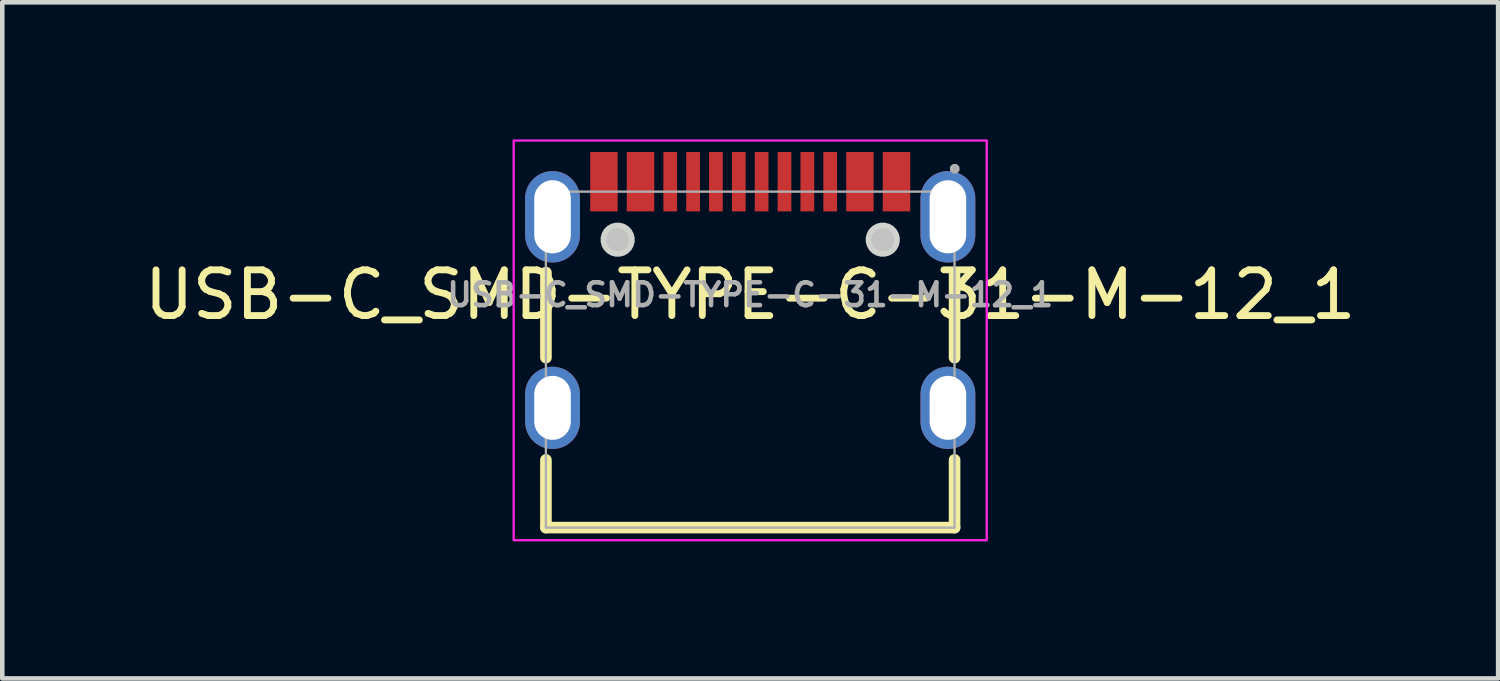
<source format=kicad_pcb>
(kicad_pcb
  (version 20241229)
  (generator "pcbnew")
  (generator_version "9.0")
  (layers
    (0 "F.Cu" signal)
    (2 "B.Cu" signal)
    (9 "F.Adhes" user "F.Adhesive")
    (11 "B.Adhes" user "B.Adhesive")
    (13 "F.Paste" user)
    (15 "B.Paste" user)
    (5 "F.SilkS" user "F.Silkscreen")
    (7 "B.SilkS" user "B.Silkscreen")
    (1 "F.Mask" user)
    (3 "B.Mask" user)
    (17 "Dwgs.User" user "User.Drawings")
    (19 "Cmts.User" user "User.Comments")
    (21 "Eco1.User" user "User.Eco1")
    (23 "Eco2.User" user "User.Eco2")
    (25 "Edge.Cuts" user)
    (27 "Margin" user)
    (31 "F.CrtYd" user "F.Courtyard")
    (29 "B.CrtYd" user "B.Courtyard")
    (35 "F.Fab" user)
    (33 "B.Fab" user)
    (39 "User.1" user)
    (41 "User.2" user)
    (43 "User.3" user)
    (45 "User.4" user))
  (footprint "USB-C_SMD-TYPE-C-31-M-12_1"
    (layer "F.Cu")
    (at 13.363 3.399)
    (property "Reference" "USB-C_SMD-TYPE-C-31-M-12_1" (at 0 0 0) (layer "F.SilkS") (effects (font (size 1 1) (thickness 0.15))))
    (fp_line (start -4.469 1.375) (end -4.469 -0.487) (stroke (width 0.254) (type default)) (layer "F.SilkS"))
    (fp_line (start -4.469 5.094) (end -4.469 3.613) (stroke (width 0.254) (type default)) (layer "F.SilkS"))
    (fp_line (start 4.471 1.376) (end 4.471 -0.487) (stroke (width 0.254) (type default)) (layer "F.SilkS"))
    (fp_line (start 4.471 5.094) (end -4.469 5.094) (stroke (width 0.254) (type default)) (layer "F.SilkS"))
    (fp_line (start 4.471 5.094) (end 4.471 3.612) (stroke (width 0.254) (type default)) (layer "F.SilkS"))
    (fp_poly (pts (xy -1.6 -1.824) (xy -1.6 -3.124) (xy -1.9 -3.124) (xy -1.9 -1.824)) (stroke (width 0) (type default)) (fill yes) (layer "F.Paste"))
    (fp_poly (pts (xy -1.4 -3.124) (xy -1.4 -1.824) (xy -1.1 -1.824) (xy -1.1 -3.124)) (stroke (width 0) (type default)) (fill yes) (layer "F.Paste"))
    (fp_poly (pts (xy -0.6 -1.824) (xy -0.6 -3.124) (xy -0.9 -3.124) (xy -0.9 -1.824)) (stroke (width 0) (type default)) (fill yes) (layer "F.Paste"))
    (fp_poly (pts (xy -0.1 -1.824) (xy -0.1 -3.124) (xy -0.4 -3.124) (xy -0.4 -1.824)) (stroke (width 0) (type default)) (fill yes) (layer "F.Paste"))
    (fp_poly (pts (xy 0.4 -1.824) (xy 0.4 -3.124) (xy 0.1 -3.124) (xy 0.1 -1.824)) (stroke (width 0) (type default)) (fill yes) (layer "F.Paste"))
    (fp_poly (pts (xy 0.9 -1.824) (xy 0.9 -3.124) (xy 0.6 -3.124) (xy 0.6 -1.824)) (stroke (width 0) (type default)) (fill yes) (layer "F.Paste"))
    (fp_poly (pts (xy 1.399 -1.824) (xy 1.399 -3.124) (xy 1.099 -3.124) (xy 1.099 -1.824)) (stroke (width 0) (type default)) (fill yes) (layer "F.Paste"))
    (fp_poly (pts (xy 1.9 -1.824) (xy 1.9 -3.124) (xy 1.6 -3.124) (xy 1.6 -1.824)) (stroke (width 0) (type default)) (fill yes) (layer "F.Paste"))
    (fp_poly (pts (xy -2.9 -1.824) (xy -2.9 -3.124) (xy -3.2 -3.124) (xy -3.5 -3.124) (xy -3.5 -1.824) (xy -3.2 -1.824)) (stroke (width 0) (type default)) (fill yes) (layer "F.Paste"))
    (fp_poly (pts (xy -2.1 -1.824) (xy -2.1 -3.124) (xy -2.4 -3.124) (xy -2.7 -3.124) (xy -2.7 -1.824) (xy -2.4 -1.824)) (stroke (width 0) (type default)) (fill yes) (layer "F.Paste"))
    (fp_poly (pts (xy 2.7 -1.824) (xy 2.7 -3.124) (xy 2.4 -3.124) (xy 2.1 -3.124) (xy 2.1 -1.824) (xy 2.4 -1.824)) (stroke (width 0) (type default)) (fill yes) (layer "F.Paste"))
    (fp_poly (pts (xy 3.5 -1.824) (xy 3.5 -3.124) (xy 3.2 -3.124) (xy 2.9 -3.124) (xy 2.9 -1.824) (xy 3.2 -1.824)) (stroke (width 0) (type default)) (fill yes) (layer "F.Paste"))
    (fp_poly (pts (xy -4.34 1.575) (xy -4.37 1.576) (xy -4.399 1.579) (xy -4.429 1.583) (xy -4.458 1.589) (xy -4.487 1.597) (xy -4.516 1.605) (xy -4.545 1.615) (xy -4.572 1.627) (xy -4.599 1.64) (xy -4.625 1.655) (xy -4.651 1.67) (xy -4.676 1.687) (xy -4.699 1.705) (xy -4.722 1.724) (xy -4.744 1.744) (xy -4.765 1.766) (xy -4.785 1.788) (xy -4.803 1.812) (xy -4.821 1.836) (xy -4.837 1.861) (xy -4.852 1.887) (xy -4.865 1.914) (xy -4.878 1.941) (xy -4.889 1.969) (xy -4.899 1.998) (xy -4.907 2.026) (xy -4.913 2.055) (xy -4.918 2.084) (xy -4.922 2.115) (xy -4.925 2.144) (xy -4.925 2.174) (xy -4.925 2.774) (xy -4.925 2.804) (xy -4.922 2.834) (xy -4.918 2.864) (xy -4.913 2.893) (xy -4.907 2.922) (xy -4.899 2.951) (xy -4.889 2.979) (xy -4.878 3.007) (xy -4.865 3.034) (xy -4.852 3.061) (xy -4.837 3.087) (xy -4.821 3.112) (xy -4.803 3.136) (xy -4.785 3.16) (xy -4.765 3.183) (xy -4.744 3.204) (xy -4.722 3.224) (xy -4.699 3.243) (xy -4.676 3.261) (xy -4.651 3.278) (xy -4.625 3.294) (xy -4.599 3.308) (xy -4.572 3.321) (xy -4.545 3.333) (xy -4.516 3.343) (xy -4.487 3.352) (xy -4.458 3.359) (xy -4.429 3.365) (xy -4.399 3.369) (xy -4.37 3.373) (xy -4.34 3.374) (xy -4.31 3.374) (xy -4.28 3.373) (xy -4.25 3.369) (xy -4.221 3.365) (xy -4.191 3.359) (xy -4.162 3.352) (xy -4.134 3.343) (xy -4.106 3.333) (xy -4.079 3.321) (xy -4.051 3.308) (xy -4.025 3.294) (xy -3.999 3.278) (xy -3.975 3.261) (xy -3.951 3.243) (xy -3.928 3.224) (xy -3.906 3.204) (xy -3.885 3.183) (xy -3.865 3.16) (xy -3.847 3.136) (xy -3.829 3.112) (xy -3.813 3.087) (xy -3.798 3.061) (xy -3.784 3.034) (xy -3.772 3.007) (xy -3.761 2.979) (xy -3.752 2.951) (xy -3.744 2.922) (xy -3.737 2.893) (xy -3.732 2.864) (xy -3.728 2.834) (xy -3.726 2.804) (xy -3.725 2.774) (xy -3.725 2.174) (xy -3.726 2.144) (xy -3.728 2.115) (xy -3.732 2.084) (xy -3.737 2.055) (xy -3.744 2.026) (xy -3.752 1.998) (xy -3.761 1.969) (xy -3.772 1.941) (xy -3.784 1.914) (xy -3.798 1.887) (xy -3.813 1.861) (xy -3.829 1.836) (xy -3.847 1.812) (xy -3.865 1.788) (xy -3.885 1.766) (xy -3.906 1.744) (xy -3.928 1.724) (xy -3.951 1.705) (xy -3.975 1.687) (xy -3.999 1.67) (xy -4.025 1.655) (xy -4.051 1.64) (xy -4.079 1.627) (xy -4.106 1.615) (xy -4.134 1.605) (xy -4.162 1.597) (xy -4.191 1.589) (xy -4.221 1.583) (xy -4.25 1.579) (xy -4.28 1.576) (xy -4.31 1.575)) (stroke (width 0) (type default)) (fill yes) (layer "F.Paste"))
    (fp_poly (pts (xy -4.28 -2.704) (xy -4.31 -2.705) (xy -4.34 -2.705) (xy -4.37 -2.704) (xy -4.399 -2.701) (xy -4.429 -2.696) (xy -4.458 -2.691) (xy -4.487 -2.683) (xy -4.516 -2.675) (xy -4.545 -2.664) (xy -4.572 -2.652) (xy -4.599 -2.639) (xy -4.625 -2.626) (xy -4.651 -2.61) (xy -4.676 -2.593) (xy -4.699 -2.575) (xy -4.722 -2.555) (xy -4.744 -2.535) (xy -4.765 -2.514) (xy -4.785 -2.491) (xy -4.803 -2.468) (xy -4.821 -2.443) (xy -4.837 -2.418) (xy -4.852 -2.393) (xy -4.865 -2.366) (xy -4.878 -2.339) (xy -4.889 -2.311) (xy -4.899 -2.283) (xy -4.907 -2.254) (xy -4.913 -2.224) (xy -4.918 -2.195) (xy -4.922 -2.166) (xy -4.925 -2.135) (xy -4.925 -2.106) (xy -4.925 -1.306) (xy -4.925 -1.276) (xy -4.922 -1.246) (xy -4.918 -1.216) (xy -4.913 -1.187) (xy -4.907 -1.157) (xy -4.899 -1.129) (xy -4.889 -1.101) (xy -4.878 -1.073) (xy -4.865 -1.046) (xy -4.852 -1.019) (xy -4.837 -0.993) (xy -4.821 -0.968) (xy -4.803 -0.944) (xy -4.785 -0.92) (xy -4.765 -0.897) (xy -4.744 -0.876) (xy -4.722 -0.856) (xy -4.699 -0.837) (xy -4.676 -0.819) (xy -4.651 -0.801) (xy -4.625 -0.786) (xy -4.599 -0.772) (xy -4.572 -0.759) (xy -4.545 -0.747) (xy -4.516 -0.737) (xy -4.487 -0.728) (xy -4.458 -0.721) (xy -4.429 -0.715) (xy -4.399 -0.711) (xy -4.37 -0.708) (xy -4.34 -0.706) (xy -4.31 -0.706) (xy -4.28 -0.708) (xy -4.25 -0.711) (xy -4.221 -0.715) (xy -4.191 -0.721) (xy -4.162 -0.728) (xy -4.134 -0.737) (xy -4.106 -0.747) (xy -4.079 -0.759) (xy -4.051 -0.772) (xy -4.025 -0.786) (xy -3.999 -0.801) (xy -3.975 -0.819) (xy -3.951 -0.837) (xy -3.928 -0.856) (xy -3.906 -0.876) (xy -3.885 -0.897) (xy -3.865 -0.92) (xy -3.847 -0.944) (xy -3.829 -0.968) (xy -3.813 -0.993) (xy -3.798 -1.019) (xy -3.784 -1.046) (xy -3.772 -1.073) (xy -3.761 -1.101) (xy -3.752 -1.129) (xy -3.744 -1.157) (xy -3.737 -1.187) (xy -3.732 -1.216) (xy -3.728 -1.246) (xy -3.726 -1.276) (xy -3.725 -1.306) (xy -3.725 -2.106) (xy -3.726 -2.135) (xy -3.728 -2.166) (xy -3.732 -2.195) (xy -3.737 -2.224) (xy -3.744 -2.254) (xy -3.752 -2.283) (xy -3.761 -2.311) (xy -3.772 -2.339) (xy -3.784 -2.366) (xy -3.798 -2.393) (xy -3.813 -2.418) (xy -3.829 -2.443) (xy -3.847 -2.468) (xy -3.865 -2.491) (xy -3.885 -2.514) (xy -3.906 -2.535) (xy -3.928 -2.555) (xy -3.951 -2.575) (xy -3.975 -2.593) (xy -3.999 -2.61) (xy -4.025 -2.626) (xy -4.051 -2.639) (xy -4.079 -2.652) (xy -4.106 -2.664) (xy -4.134 -2.675) (xy -4.162 -2.683) (xy -4.191 -2.691) (xy -4.221 -2.696) (xy -4.25 -2.701)) (stroke (width 0) (type default)) (fill yes) (layer "F.Paste"))
    (fp_poly (pts (xy 4.37 -2.704) (xy 4.34 -2.705) (xy 4.31 -2.705) (xy 4.28 -2.704) (xy 4.25 -2.701) (xy 4.221 -2.696) (xy 4.191 -2.691) (xy 4.162 -2.683) (xy 4.134 -2.675) (xy 4.106 -2.664) (xy 4.079 -2.652) (xy 4.051 -2.639) (xy 4.025 -2.626) (xy 3.999 -2.61) (xy 3.975 -2.593) (xy 3.951 -2.575) (xy 3.928 -2.555) (xy 3.906 -2.535) (xy 3.885 -2.514) (xy 3.865 -2.491) (xy 3.847 -2.468) (xy 3.829 -2.443) (xy 3.813 -2.418) (xy 3.798 -2.393) (xy 3.784 -2.366) (xy 3.772 -2.339) (xy 3.761 -2.311) (xy 3.752 -2.283) (xy 3.744 -2.254) (xy 3.737 -2.224) (xy 3.732 -2.195) (xy 3.728 -2.166) (xy 3.726 -2.135) (xy 3.725 -2.106) (xy 3.725 -1.306) (xy 3.726 -1.276) (xy 3.728 -1.246) (xy 3.732 -1.216) (xy 3.737 -1.187) (xy 3.744 -1.157) (xy 3.752 -1.129) (xy 3.761 -1.101) (xy 3.772 -1.073) (xy 3.784 -1.046) (xy 3.798 -1.019) (xy 3.813 -0.993) (xy 3.829 -0.968) (xy 3.847 -0.944) (xy 3.865 -0.92) (xy 3.885 -0.897) (xy 3.906 -0.876) (xy 3.928 -0.856) (xy 3.951 -0.837) (xy 3.975 -0.819) (xy 3.999 -0.801) (xy 4.025 -0.786) (xy 4.051 -0.772) (xy 4.079 -0.759) (xy 4.106 -0.747) (xy 4.134 -0.737) (xy 4.162 -0.728) (xy 4.191 -0.721) (xy 4.221 -0.715) (xy 4.25 -0.711) (xy 4.28 -0.708) (xy 4.31 -0.706) (xy 4.34 -0.706) (xy 4.37 -0.708) (xy 4.399 -0.711) (xy 4.429 -0.715) (xy 4.458 -0.721) (xy 4.487 -0.728) (xy 4.516 -0.737) (xy 4.545 -0.747) (xy 4.572 -0.759) (xy 4.599 -0.772) (xy 4.625 -0.786) (xy 4.651 -0.801) (xy 4.676 -0.819) (xy 4.699 -0.837) (xy 4.722 -0.856) (xy 4.744 -0.876) (xy 4.765 -0.897) (xy 4.785 -0.92) (xy 4.803 -0.944) (xy 4.821 -0.968) (xy 4.837 -0.993) (xy 4.852 -1.019) (xy 4.865 -1.046) (xy 4.878 -1.073) (xy 4.889 -1.101) (xy 4.899 -1.129) (xy 4.907 -1.157) (xy 4.913 -1.187) (xy 4.918 -1.216) (xy 4.922 -1.246) (xy 4.925 -1.276) (xy 4.925 -1.306) (xy 4.925 -2.106) (xy 4.925 -2.135) (xy 4.922 -2.166) (xy 4.918 -2.195) (xy 4.913 -2.224) (xy 4.907 -2.254) (xy 4.899 -2.283) (xy 4.889 -2.311) (xy 4.878 -2.339) (xy 4.865 -2.366) (xy 4.852 -2.393) (xy 4.837 -2.418) (xy 4.821 -2.443) (xy 4.803 -2.468) (xy 4.785 -2.491) (xy 4.765 -2.514) (xy 4.744 -2.535) (xy 4.722 -2.555) (xy 4.699 -2.575) (xy 4.676 -2.593) (xy 4.651 -2.61) (xy 4.625 -2.626) (xy 4.599 -2.639) (xy 4.572 -2.652) (xy 4.545 -2.664) (xy 4.516 -2.675) (xy 4.487 -2.683) (xy 4.458 -2.691) (xy 4.429 -2.696) (xy 4.399 -2.701)) (stroke (width 0) (type default)) (fill yes) (layer "F.Paste"))
    (fp_poly (pts (xy 4.37 1.576) (xy 4.34 1.575) (xy 4.31 1.575) (xy 4.28 1.576) (xy 4.25 1.579) (xy 4.221 1.583) (xy 4.191 1.589) (xy 4.162 1.597) (xy 4.134 1.605) (xy 4.106 1.615) (xy 4.079 1.627) (xy 4.051 1.64) (xy 4.025 1.655) (xy 3.999 1.67) (xy 3.975 1.687) (xy 3.951 1.705) (xy 3.928 1.724) (xy 3.906 1.744) (xy 3.885 1.766) (xy 3.865 1.788) (xy 3.847 1.812) (xy 3.829 1.836) (xy 3.813 1.861) (xy 3.798 1.887) (xy 3.784 1.914) (xy 3.772 1.941) (xy 3.761 1.969) (xy 3.752 1.998) (xy 3.744 2.026) (xy 3.737 2.055) (xy 3.732 2.084) (xy 3.728 2.115) (xy 3.726 2.144) (xy 3.725 2.174) (xy 3.725 2.774) (xy 3.726 2.804) (xy 3.728 2.834) (xy 3.732 2.864) (xy 3.737 2.893) (xy 3.744 2.922) (xy 3.752 2.951) (xy 3.761 2.979) (xy 3.772 3.007) (xy 3.784 3.034) (xy 3.798 3.061) (xy 3.813 3.087) (xy 3.829 3.112) (xy 3.847 3.136) (xy 3.865 3.16) (xy 3.885 3.183) (xy 3.906 3.204) (xy 3.928 3.224) (xy 3.951 3.243) (xy 3.975 3.261) (xy 3.999 3.278) (xy 4.025 3.294) (xy 4.051 3.308) (xy 4.079 3.321) (xy 4.106 3.333) (xy 4.134 3.343) (xy 4.162 3.352) (xy 4.191 3.359) (xy 4.221 3.365) (xy 4.25 3.369) (xy 4.28 3.373) (xy 4.31 3.374) (xy 4.34 3.374) (xy 4.37 3.373) (xy 4.399 3.369) (xy 4.429 3.365) (xy 4.458 3.359) (xy 4.487 3.352) (xy 4.516 3.343) (xy 4.545 3.333) (xy 4.572 3.321) (xy 4.599 3.308) (xy 4.625 3.294) (xy 4.651 3.278) (xy 4.676 3.261) (xy 4.699 3.243) (xy 4.722 3.224) (xy 4.744 3.204) (xy 4.765 3.183) (xy 4.785 3.16) (xy 4.803 3.136) (xy 4.821 3.112) (xy 4.837 3.087) (xy 4.852 3.061) (xy 4.865 3.034) (xy 4.878 3.007) (xy 4.889 2.979) (xy 4.899 2.951) (xy 4.907 2.922) (xy 4.913 2.893) (xy 4.918 2.864) (xy 4.922 2.834) (xy 4.925 2.804) (xy 4.925 2.774) (xy 4.925 2.174) (xy 4.925 2.144) (xy 4.922 2.115) (xy 4.918 2.084) (xy 4.913 2.055) (xy 4.907 2.026) (xy 4.899 1.998) (xy 4.889 1.969) (xy 4.878 1.941) (xy 4.865 1.914) (xy 4.852 1.887) (xy 4.837 1.861) (xy 4.821 1.836) (xy 4.803 1.812) (xy 4.785 1.788) (xy 4.765 1.766) (xy 4.744 1.744) (xy 4.722 1.724) (xy 4.699 1.705) (xy 4.676 1.687) (xy 4.651 1.67) (xy 4.625 1.655) (xy 4.599 1.64) (xy 4.572 1.627) (xy 4.545 1.615) (xy 4.516 1.605) (xy 4.487 1.597) (xy 4.458 1.589) (xy 4.429 1.583) (xy 4.399 1.579)) (stroke (width 0) (type default)) (fill yes) (layer "F.Paste"))
    (fp_circle (center -2.9 -1.206) (end -2.775 -1.206) (stroke (width 0.25) (type default)) (fill no) (layer "Dwgs.User"))
    (fp_circle (center 2.9 -1.206) (end 3.025 -1.206) (stroke (width 0.25) (type default)) (fill no) (layer "Dwgs.User"))
    (fp_poly (pts (xy -2.528 -1.254) (xy -2.554 -1.349) (xy -2.602 -1.434) (xy -2.672 -1.503) (xy -2.756 -1.552) (xy -2.851 -1.577) (xy -2.949 -1.577) (xy -3.044 -1.552) (xy -3.128 -1.503) (xy -3.198 -1.434) (xy -3.246 -1.349) (xy -3.272 -1.254) (xy -3.272 -1.157) (xy -3.246 -1.062) (xy -3.198 -0.977) (xy -3.128 -0.908) (xy -3.044 -0.859) (xy -2.949 -0.834) (xy -2.851 -0.834) (xy -2.756 -0.859) (xy -2.672 -0.908) (xy -2.602 -0.977) (xy -2.554 -1.062) (xy -2.528 -1.157)) (stroke (width 0) (type default)) (fill yes) (layer "Edge.Cuts"))
    (fp_poly (pts (xy 3.272 -1.254) (xy 3.246 -1.349) (xy 3.198 -1.434) (xy 3.128 -1.503) (xy 3.044 -1.552) (xy 2.949 -1.577) (xy 2.851 -1.577) (xy 2.756 -1.552) (xy 2.672 -1.503) (xy 2.602 -1.434) (xy 2.554 -1.349) (xy 2.528 -1.254) (xy 2.528 -1.157) (xy 2.554 -1.062) (xy 2.602 -0.977) (xy 2.672 -0.908) (xy 2.756 -0.859) (xy 2.851 -0.834) (xy 2.949 -0.834) (xy 3.044 -0.859) (xy 3.128 -0.908) (xy 3.198 -0.977) (xy 3.246 -1.062) (xy 3.272 -1.157)) (stroke (width 0) (type default)) (fill yes) (layer "Edge.Cuts"))
    (fp_rect (start -5.175 -3.374) (end 5.175 5.37) (stroke (width 0.05) (type default)) (fill no) (layer "F.CrtYd"))
    (fp_line (start -4.47 -2.256) (end 4.47 -2.256) (stroke (width 0.051) (type default)) (layer "F.Fab"))
    (fp_line (start -4.47 5.094) (end -4.47 -2.256) (stroke (width 0.051) (type default)) (layer "F.Fab"))
    (fp_line (start 4.47 -2.256) (end 4.47 5.094) (stroke (width 0.051) (type default)) (layer "F.Fab"))
    (fp_line (start 4.47 5.094) (end -4.47 5.094) (stroke (width 0.051) (type default)) (layer "F.Fab"))
    (fp_poly (pts (xy 4.53 -2.779) (xy 4.498 -2.811) (xy 4.452 -2.811) (xy 4.42 -2.779) (xy 4.42 -2.733) (xy 4.452 -2.701) (xy 4.498 -2.701) (xy 4.53 -2.733)) (stroke (width 0.1) (type default)) (fill no) (layer "F.Fab"))
    (fp_poly (pts (xy -4.475 -2.256) (xy -4.175 -2.256) (xy -4.175 -1.155) (xy -4.475 -1.155)) (stroke (width 0.1) (type default)) (fill no) (layer "User.1"))
    (fp_poly (pts (xy -4.475 2.075) (xy -4.175 2.075) (xy -4.175 2.874) (xy -4.475 2.874)) (stroke (width 0.1) (type default)) (fill no) (layer "User.1"))
    (fp_poly (pts (xy -3.4 -2.756) (xy -3 -2.756) (xy -3 -2.056) (xy -3.4 -2.056)) (stroke (width 0.1) (type default)) (fill no) (layer "User.1"))
    (fp_poly (pts (xy -2.6 -2.756) (xy -2.2 -2.756) (xy -2.2 -2.056) (xy -2.6 -2.056)) (stroke (width 0.1) (type default)) (fill no) (layer "User.1"))
    (fp_poly (pts (xy -1.85 -2.756) (xy -1.65 -2.756) (xy -1.65 -2.056) (xy -1.85 -2.056)) (stroke (width 0.1) (type default)) (fill no) (layer "User.1"))
    (fp_poly (pts (xy -1.35 -2.756) (xy -1.15 -2.756) (xy -1.15 -2.056) (xy -1.35 -2.056)) (stroke (width 0.1) (type default)) (fill no) (layer "User.1"))
    (fp_poly (pts (xy -0.85 -2.756) (xy -0.65 -2.756) (xy -0.65 -2.056) (xy -0.85 -2.056)) (stroke (width 0.1) (type default)) (fill no) (layer "User.1"))
    (fp_poly (pts (xy -0.35 -2.756) (xy -0.15 -2.756) (xy -0.15 -2.056) (xy -0.35 -2.056)) (stroke (width 0.1) (type default)) (fill no) (layer "User.1"))
    (fp_poly (pts (xy 0.15 -2.756) (xy 0.35 -2.756) (xy 0.35 -2.056) (xy 0.15 -2.056)) (stroke (width 0.1) (type default)) (fill no) (layer "User.1"))
    (fp_poly (pts (xy 0.65 -2.756) (xy 0.85 -2.756) (xy 0.85 -2.056) (xy 0.65 -2.056)) (stroke (width 0.1) (type default)) (fill no) (layer "User.1"))
    (fp_poly (pts (xy 1.149 -2.756) (xy 1.349 -2.756) (xy 1.349 -2.056) (xy 1.149 -2.056)) (stroke (width 0.1) (type default)) (fill no) (layer "User.1"))
    (fp_poly (pts (xy 1.65 -2.756) (xy 1.85 -2.756) (xy 1.85 -2.056) (xy 1.65 -2.056)) (stroke (width 0.1) (type default)) (fill no) (layer "User.1"))
    (fp_poly (pts (xy 2.2 -2.756) (xy 2.6 -2.756) (xy 2.6 -2.056) (xy 2.2 -2.056)) (stroke (width 0.1) (type default)) (fill no) (layer "User.1"))
    (fp_poly (pts (xy 3 -2.756) (xy 3.4 -2.756) (xy 3.4 -2.056) (xy 3 -2.056)) (stroke (width 0.1) (type default)) (fill no) (layer "User.1"))
    (fp_poly (pts (xy 4.175 -2.256) (xy 4.475 -2.256) (xy 4.475 -1.155) (xy 4.175 -1.155)) (stroke (width 0.1) (type default)) (fill no) (layer "User.1"))
    (fp_poly (pts (xy 4.175 2.075) (xy 4.475 2.075) (xy 4.475 2.874) (xy 4.175 2.874)) (stroke (width 0.1) (type default)) (fill no) (layer "User.1"))
    (fp_text user "${REFERENCE}" (at 0 0 0) (layer "F.Fab") (effects (font (size 0.5 0.5) (thickness 0.1))))
    (pad "1" thru_hole oval (at 4.325 -1.706) (size 1.2 2) (drill oval 0.8 1.6) (layers "*.Cu" "*.Mask"))
    (pad "2" thru_hole oval (at 4.325 2.474) (size 1.2 1.8) (drill oval 0.8 1.4) (layers "*.Cu" "*.Mask"))
    (pad "3" thru_hole oval (at -4.325 2.474) (size 1.2 1.8) (drill oval 0.8 1.4) (layers "*.Cu" "*.Mask"))
    (pad "4" thru_hole oval (at -4.325 -1.706) (size 1.2 2) (drill oval 0.8 1.6) (layers "*.Cu" "*.Mask"))
    (pad "A1B12" smd custom (at -3.2 -2.474) (size 0.000001 0.000001) (layers "F.Cu" "F.Mask" "F.Paste") (options (anchor circle)) (primitives (gr_poly (pts (xy 0.3 0.65) (xy 0.3 -0.65) (xy 0 -0.65) (xy -0.3 -0.65) (xy -0.3 0.65) (xy 0 0.65)) (width 0) (fill yes))))
    (pad "A4B9" smd custom (at -2.4 -2.474) (size 0.000001 0.000001) (layers "F.Cu" "F.Mask" "F.Paste") (options (anchor circle)) (primitives (gr_poly (pts (xy 0.3 0.65) (xy 0.3 -0.65) (xy 0 -0.65) (xy -0.3 -0.65) (xy -0.3 0.65) (xy 0 0.65)) (width 0) (fill yes))))
    (pad "A5" smd rect (at -1.25 -2.474) (size 0.3 1.3) (layers "F.Cu" "F.Mask" "F.Paste"))
    (pad "A6" smd rect (at -0.25 -2.474) (size 0.3 1.3) (layers "F.Cu" "F.Mask" "F.Paste"))
    (pad "A7" smd rect (at 0.25 -2.474) (size 0.3 1.3) (layers "F.Cu" "F.Mask" "F.Paste"))
    (pad "A8" smd rect (at 1.25 -2.474) (size 0.3 1.3) (layers "F.Cu" "F.Mask" "F.Paste"))
    (pad "B1A12" smd custom (at 3.2 -2.474) (size 0.000001 0.000001) (layers "F.Cu" "F.Mask" "F.Paste") (options (anchor circle)) (primitives (gr_poly (pts (xy -0.3 -0.65) (xy -0.3 0.65) (xy 0 0.65) (xy 0.3 0.65) (xy 0.3 -0.65) (xy 0 -0.65)) (width 0) (fill yes))))
    (pad "B4A9" smd custom (at 2.401 -2.474) (size 0.000001 0.000001) (layers "F.Cu" "F.Mask" "F.Paste") (options (anchor circle)) (primitives (gr_poly (pts (xy 0.299 0.65) (xy 0.299 -0.65) (xy -0.001 -0.65) (xy -0.3 -0.65) (xy -0.3 0.65) (xy -0.001 0.65)) (width 0) (fill yes))))
    (pad "B5" smd rect (at 1.75 -2.474) (size 0.3 1.3) (layers "F.Cu" "F.Mask" "F.Paste"))
    (pad "B6" smd rect (at 0.75 -2.474) (size 0.3 1.3) (layers "F.Cu" "F.Mask" "F.Paste"))
    (pad "B7" smd rect (at -0.75 -2.474) (size 0.3 1.3) (layers "F.Cu" "F.Mask" "F.Paste"))
    (pad "B8" smd rect (at -1.75 -2.474) (size 0.3 1.3) (layers "F.Cu" "F.Mask" "F.Paste")))
  (gr_rect
    (start -3 -3)
    (end 29.726 11.793)
    (stroke (width 0.1) (type default))
    (fill no)
    (layer "Edge.Cuts")))
</source>
